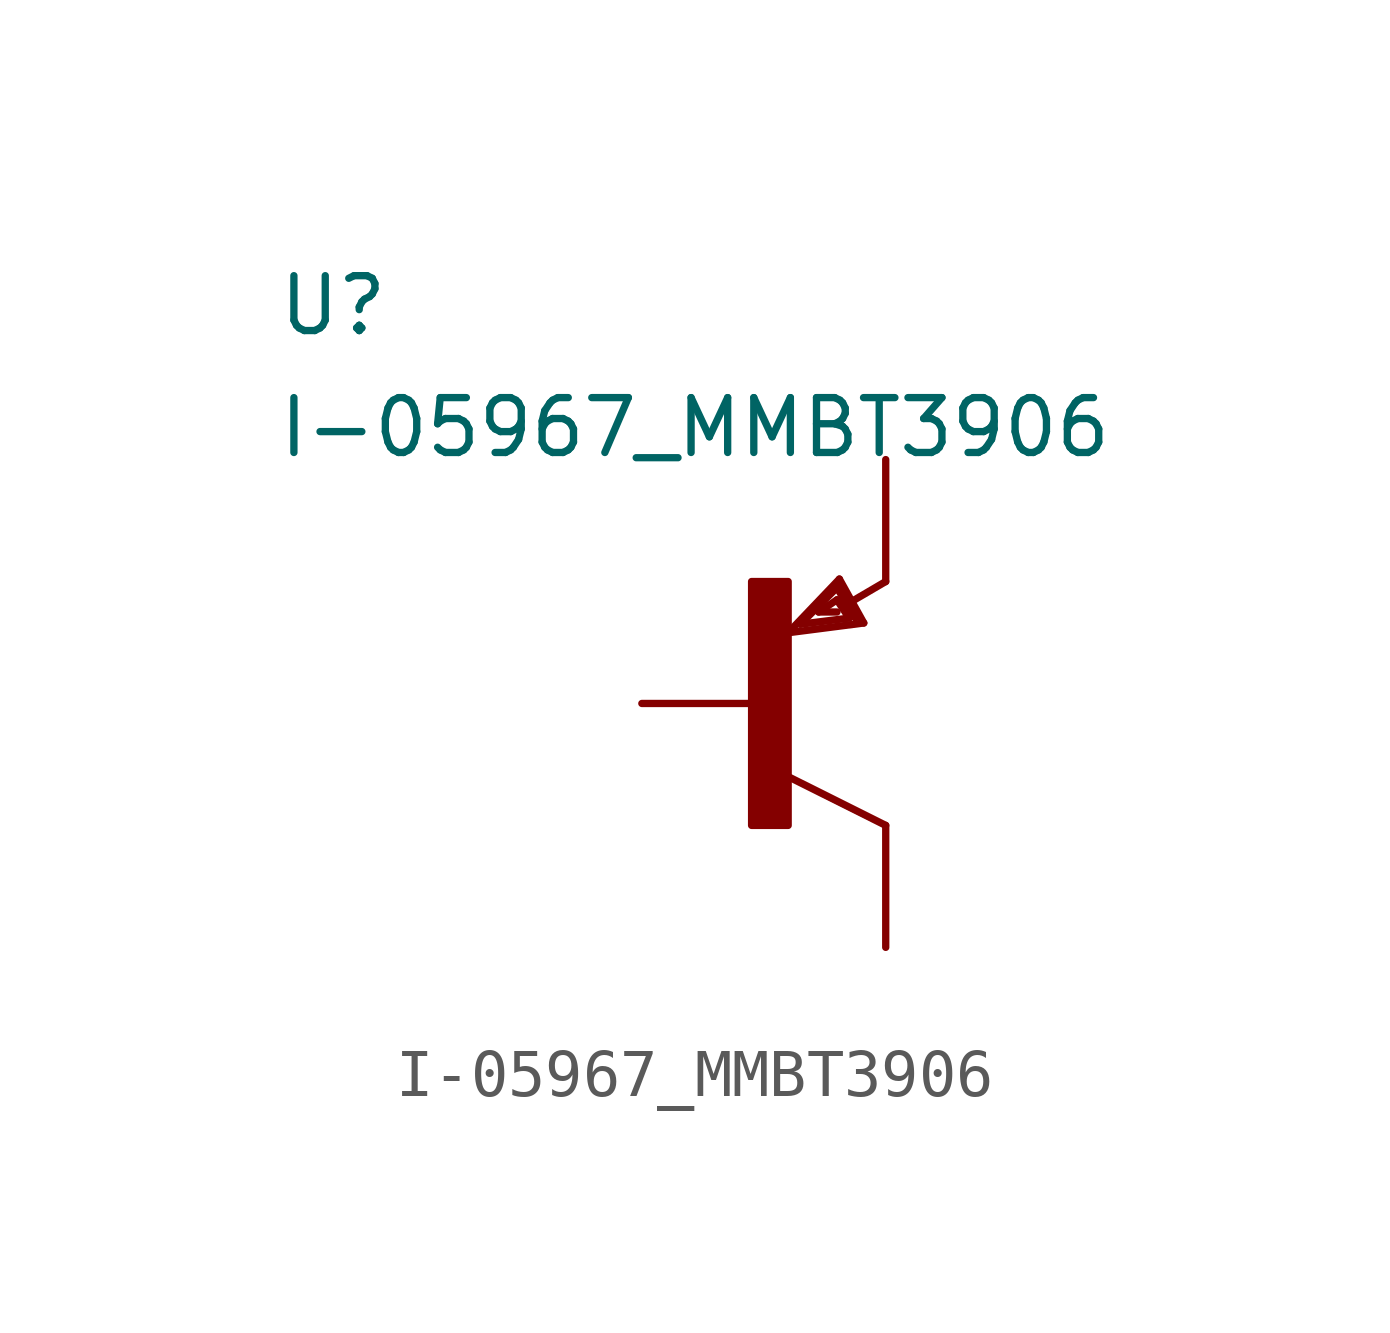
<source format=kicad_sym>
(kicad_symbol_lib
  (version 20211014)
  (generator kicad_symbol_editor)
  (symbol "I-05967_MMBT3906"
    (pin_numbers hide)
    (pin_names
      (offset 1.016) hide)
    (property "Reference" "U"
      (at -7.62 7.62 0)
      (effects (font (size 1.143 1.143)) (justify left bottom)))
    (property "Value" "I-05967_MMBT3906"
      (at -7.62 5.08 0)
      (effects (font (size 1.143 1.143)) (justify left bottom)))
    (property "ki_locked" ""
      (at 0 0 0)
      (effects (font (size 1.27 1.27))))
    (symbol "I-05967_MMBT3906_1_0"
      (polyline (pts (xy 3.048 1.473) (xy 4.623 1.676)) (stroke (width 0) (type default) (color 0 0 0 0)) (fill (type none)))
      (polyline (pts (xy 3.302 1.651) (xy 4.318 1.778)) (stroke (width 0) (type default) (color 0 0 0 0)) (fill (type none)))
      (polyline (pts (xy 3.683 1.905) (xy 4.064 1.905)) (stroke (width 0) (type default) (color 0 0 0 0)) (fill (type none)))
      (polyline (pts (xy 4.064 2.159) (xy 3.683 1.905)) (stroke (width 0) (type default) (color 0 0 0 0)) (fill (type none)))
      (polyline (pts (xy 4.064 2.413) (xy 3.302 1.651)) (stroke (width 0) (type default) (color 0 0 0 0)) (fill (type none)))
      (polyline (pts (xy 4.115 2.591) (xy 3.048 1.473)) (stroke (width 0) (type default) (color 0 0 0 0)) (fill (type none)))
      (polyline (pts (xy 4.318 1.778) (xy 4.064 2.159)) (stroke (width 0) (type default) (color 0 0 0 0)) (fill (type none)))
      (polyline (pts (xy 4.445 1.778) (xy 4.064 2.413)) (stroke (width 0) (type default) (color 0 0 0 0)) (fill (type none)))
      (polyline (pts (xy 4.623 1.676) (xy 4.115 2.591)) (stroke (width 0) (type default) (color 0 0 0 0)) (fill (type none)))
      (polyline (pts (xy 5.08 -2.54) (xy 3.048 -1.524)) (stroke (width 0) (type default) (color 0 0 0 0)) (fill (type none)))
      (polyline (pts (xy 5.08 2.54) (xy 4.343 2.108)) (stroke (width 0) (type default) (color 0 0 0 0)) (fill (type none))))
    (symbol "I-05967_MMBT3906_1_1"
      (rectangle (start 2.286 -2.54) (end 3.048 2.54) (stroke (width 0) (type default) (color 0 0 0 0)) (fill (type outline)))
      (pin passive line (at 0 0 0) (length 2.54) (name "B" (effects (font (size 1.016 1.016)))) (number "1" (effects (font (size 1.016 1.016)))))
      (pin passive line (at 5.08 5.08 270) (length 2.54) (name "E" (effects (font (size 1.016 1.016)))) (number "2" (effects (font (size 1.016 1.016)))))
      (pin passive line (at 5.08 -5.08 90) (length 2.54) (name "C" (effects (font (size 1.016 1.016)))) (number "3" (effects (font (size 1.016 1.016))))))))
</source>
